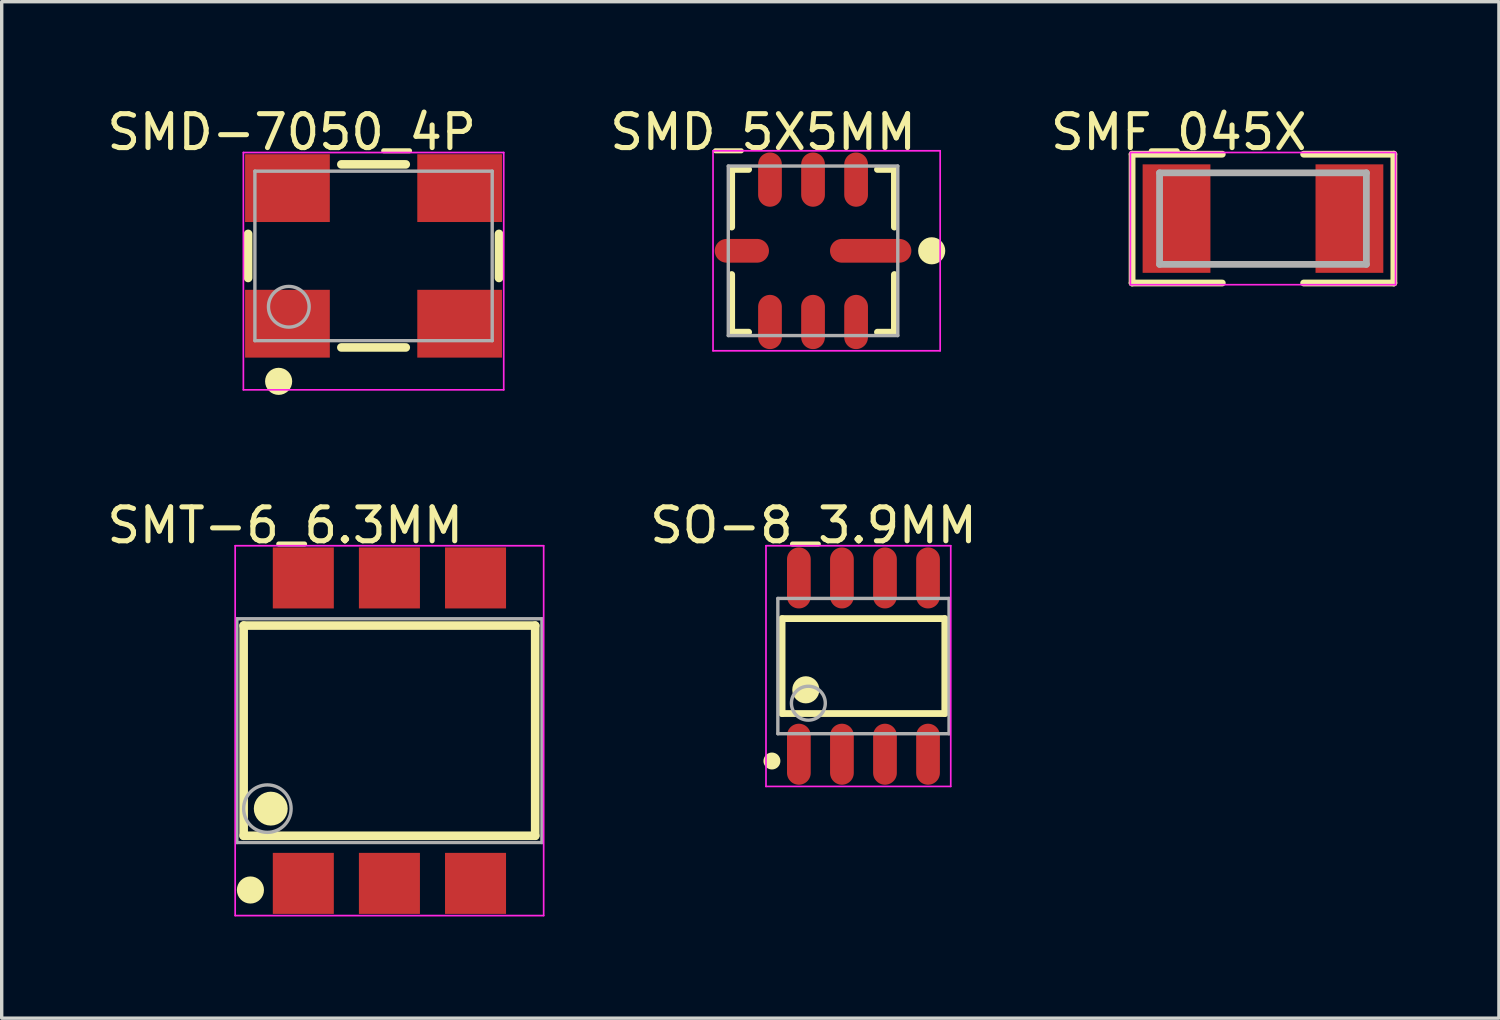
<source format=kicad_pcb>
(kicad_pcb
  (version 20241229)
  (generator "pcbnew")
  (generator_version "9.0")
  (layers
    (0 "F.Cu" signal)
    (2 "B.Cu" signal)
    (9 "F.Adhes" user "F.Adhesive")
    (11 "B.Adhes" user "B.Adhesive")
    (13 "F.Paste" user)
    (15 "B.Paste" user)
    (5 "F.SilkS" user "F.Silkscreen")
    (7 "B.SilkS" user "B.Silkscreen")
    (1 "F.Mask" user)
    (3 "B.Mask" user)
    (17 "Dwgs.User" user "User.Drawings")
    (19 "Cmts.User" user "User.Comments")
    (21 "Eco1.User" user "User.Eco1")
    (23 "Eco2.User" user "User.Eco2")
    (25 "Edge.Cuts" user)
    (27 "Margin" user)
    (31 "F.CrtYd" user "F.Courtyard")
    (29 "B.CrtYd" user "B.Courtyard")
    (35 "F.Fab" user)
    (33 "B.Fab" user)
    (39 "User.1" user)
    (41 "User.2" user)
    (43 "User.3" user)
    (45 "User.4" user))
  (footprint "SMF_045X"
    (layer "F.Cu")
    (at 34.205 3.398)
    (property "Reference" "SMF_045X" (at -2.484 -2.549 0) (layer "F.SilkS") (effects (font (size 1 1) (thickness 0.15))))
    (attr through_hole)
    (fp_line (start -3.861 -1.9) (end -1.2 -1.9) (stroke (width 0.2) (type solid)) (layer "F.SilkS"))
    (fp_line (start -3.861 1.9) (end -3.861 -1.9) (stroke (width 0.2) (type solid)) (layer "F.SilkS"))
    (fp_line (start -3.861 1.9) (end -1.2 1.9) (stroke (width 0.2) (type solid)) (layer "F.SilkS"))
    (fp_line (start 1.2 -1.9) (end 3.861 -1.9) (stroke (width 0.2) (type solid)) (layer "F.SilkS"))
    (fp_line (start 1.2 1.9) (end 3.861 1.9) (stroke (width 0.2) (type solid)) (layer "F.SilkS"))
    (fp_line (start 3.861 1.9) (end 3.861 -1.9) (stroke (width 0.2) (type solid)) (layer "F.SilkS"))
    (fp_line (start -3.911 -1.95) (end 3.911 -1.95) (stroke (width 0.05) (type solid)) (layer "F.CrtYd"))
    (fp_line (start -3.911 1.95) (end -3.911 -1.95) (stroke (width 0.05) (type solid)) (layer "F.CrtYd"))
    (fp_line (start 3.911 -1.95) (end 3.911 1.95) (stroke (width 0.05) (type solid)) (layer "F.CrtYd"))
    (fp_line (start 3.911 1.95) (end -3.911 1.95) (stroke (width 0.05) (type solid)) (layer "F.CrtYd"))
    (fp_line (start -3.05 -1.35) (end 3.05 -1.35) (stroke (width 0.2) (type solid)) (layer "F.Fab"))
    (fp_line (start -3.05 1.35) (end -3.05 -1.35) (stroke (width 0.2) (type solid)) (layer "F.Fab"))
    (fp_line (start -3.05 1.35) (end 3.05 1.35) (stroke (width 0.2) (type solid)) (layer "F.Fab"))
    (fp_line (start 3.05 1.35) (end 3.05 -1.35) (stroke (width 0.2) (type solid)) (layer "F.Fab"))
    (pad "1" smd rect (at -2.55 0) (size 2 3.2) (layers "F.Cu" "F.Mask" "F.Paste"))
    (pad "1" smd rect (at 2.55 0) (size 2 3.2) (layers "F.Cu" "F.Mask" "F.Paste")))
  (footprint "SMD-7050_4P"
    (layer "F.Cu")
    (at 7.969 4.499)
    (property "Reference" "SMD-7050_4P" (at -2.415 -3.651 0) (layer "F.SilkS") (effects (font (size 1 1) (thickness 0.15))))
    (attr through_hole)
    (fp_line (start -3.7 0.65) (end -3.7 -0.65) (stroke (width 0.254) (type solid)) (layer "F.SilkS"))
    (fp_line (start -0.95 -2.7) (end 0.95 -2.7) (stroke (width 0.254) (type solid)) (layer "F.SilkS"))
    (fp_line (start -0.95 2.7) (end 0.95 2.7) (stroke (width 0.254) (type solid)) (layer "F.SilkS"))
    (fp_line (start 3.7 0.65) (end 3.7 -0.65) (stroke (width 0.254) (type solid)) (layer "F.SilkS"))
    (fp_circle (center -2.8 3.7) (end -2.6 3.7) (stroke (width 0.4) (type solid)) (fill no) (layer "F.SilkS"))
    (fp_line (start -3.84 -3.05) (end 3.84 -3.05) (stroke (width 0.05) (type solid)) (layer "F.CrtYd"))
    (fp_line (start -3.84 3.95) (end -3.84 -3.05) (stroke (width 0.05) (type solid)) (layer "F.CrtYd"))
    (fp_line (start 3.84 -3.05) (end 3.84 3.95) (stroke (width 0.05) (type solid)) (layer "F.CrtYd"))
    (fp_line (start 3.84 3.95) (end -3.84 3.95) (stroke (width 0.05) (type solid)) (layer "F.CrtYd"))
    (fp_line (start -3.5 -2.5) (end 3.5 -2.5) (stroke (width 0.1) (type solid)) (layer "F.Fab"))
    (fp_line (start -3.5 2.5) (end -3.5 -2.5) (stroke (width 0.1) (type solid)) (layer "F.Fab"))
    (fp_line (start -3.5 2.5) (end 3.5 2.5) (stroke (width 0.1) (type solid)) (layer "F.Fab"))
    (fp_line (start 3.5 2.5) (end 3.5 -2.5) (stroke (width 0.1) (type solid)) (layer "F.Fab"))
    (fp_circle (center -2.5 1.5) (end -1.9 1.5) (stroke (width 0.1) (type solid)) (fill no) (layer "F.Fab"))
    (pad "1" smd rect (at -2.54 2) (size 2.5 2) (layers "F.Cu" "F.Mask" "F.Paste"))
    (pad "2" smd rect (at 2.54 2) (size 2.5 2) (layers "F.Cu" "F.Mask" "F.Paste"))
    (pad "3" smd rect (at 2.54 -2) (size 2.5 2) (layers "F.Cu" "F.Mask" "F.Paste"))
    (pad "4" smd rect (at -2.54 -2) (size 2.5 2) (layers "F.Cu" "F.Mask" "F.Paste")))
  (footprint "SO-8_3.9MM"
    (layer "F.Cu")
    (at 22.42 16.598)
    (property "Reference" "SO-8_3.9MM" (at -1.474 -4.151 0) (layer "F.SilkS") (effects (font (size 1 1) (thickness 0.15))))
    (attr through_hole)
    (fp_line (start -2.4 -1.4) (end 2.4 -1.4) (stroke (width 0.2) (type solid)) (layer "F.SilkS"))
    (fp_line (start -2.4 1.4) (end -2.4 -1.4) (stroke (width 0.2) (type solid)) (layer "F.SilkS"))
    (fp_line (start -2.4 1.4) (end 2.4 1.4) (stroke (width 0.2) (type solid)) (layer "F.SilkS"))
    (fp_line (start 2.4 1.4) (end 2.4 -1.4) (stroke (width 0.2) (type solid)) (layer "F.SilkS"))
    (fp_circle (center -2.7 2.8) (end -2.575 2.8) (stroke (width 0.25) (type solid)) (fill no) (layer "F.SilkS"))
    (fp_circle (center -1.7 0.7) (end -1.5 0.7) (stroke (width 0.4) (type solid)) (fill no) (layer "F.SilkS"))
    (fp_line (start -2.875 -3.55) (end 2.575 -3.55) (stroke (width 0.05) (type solid)) (layer "F.CrtYd"))
    (fp_line (start -2.875 3.55) (end -2.875 -3.55) (stroke (width 0.05) (type solid)) (layer "F.CrtYd"))
    (fp_line (start 2.575 -3.55) (end 2.575 3.55) (stroke (width 0.05) (type solid)) (layer "F.CrtYd"))
    (fp_line (start 2.575 3.55) (end -2.875 3.55) (stroke (width 0.05) (type solid)) (layer "F.CrtYd"))
    (fp_line (start -2.525 -1.995) (end 2.525 -1.995) (stroke (width 0.1) (type solid)) (layer "F.Fab"))
    (fp_line (start -2.525 1.995) (end -2.525 -1.995) (stroke (width 0.1) (type solid)) (layer "F.Fab"))
    (fp_line (start -2.525 1.995) (end 2.525 1.995) (stroke (width 0.1) (type solid)) (layer "F.Fab"))
    (fp_line (start 2.525 1.995) (end 2.525 -1.995) (stroke (width 0.1) (type solid)) (layer "F.Fab"))
    (fp_circle (center -1.625 1.095) (end -1.125 1.095) (stroke (width 0.1) (type solid)) (fill no) (layer "F.Fab"))
    (pad "1" smd oval (at -1.905 2.6 180) (size 0.7 1.8) (layers "F.Cu" "F.Mask" "F.Paste"))
    (pad "2" smd oval (at -0.635 2.6 180) (size 0.7 1.8) (layers "F.Cu" "F.Mask" "F.Paste"))
    (pad "3" smd oval (at 0.635 2.6 180) (size 0.7 1.8) (layers "F.Cu" "F.Mask" "F.Paste"))
    (pad "4" smd oval (at 1.905 2.6 180) (size 0.7 1.8) (layers "F.Cu" "F.Mask" "F.Paste"))
    (pad "5" smd oval (at 1.905 -2.6 180) (size 0.7 1.8) (layers "F.Cu" "F.Mask" "F.Paste"))
    (pad "6" smd oval (at 0.635 -2.6 180) (size 0.7 1.8) (layers "F.Cu" "F.Mask" "F.Paste"))
    (pad "7" smd oval (at -0.635 -2.6 180) (size 0.7 1.8) (layers "F.Cu" "F.Mask" "F.Paste"))
    (pad "8" smd oval (at -1.905 -2.6 180) (size 0.7 1.8) (layers "F.Cu" "F.Mask" "F.Paste")))
  (footprint "SMT-6_6.3MM"
    (layer "F.Cu")
    (at 8.437 18.503)
    (property "Reference" "SMT-6_6.3MM" (at -3.074 -6.056 0) (layer "F.SilkS") (effects (font (size 1 1) (thickness 0.15))))
    (attr through_hole)
    (fp_line (start -4.3 -3.1) (end 4.3 -3.1) (stroke (width 0.254) (type solid)) (layer "F.SilkS"))
    (fp_line (start -4.3 3.1) (end -4.3 -3.1) (stroke (width 0.254) (type solid)) (layer "F.SilkS"))
    (fp_line (start -4.3 3.1) (end 4.3 3.1) (stroke (width 0.254) (type solid)) (layer "F.SilkS"))
    (fp_line (start 4.3 3.1) (end 4.3 -3.1) (stroke (width 0.254) (type solid)) (layer "F.SilkS"))
    (fp_circle (center -4.1 4.7) (end -3.9 4.7) (stroke (width 0.4) (type solid)) (fill no) (layer "F.SilkS"))
    (fp_circle (center -3.5 2.3) (end -3.25 2.3) (stroke (width 0.5) (type solid)) (fill no) (layer "F.SilkS"))
    (fp_line (start -4.55 -5.455) (end 4.55 -5.455) (stroke (width 0.05) (type solid)) (layer "F.CrtYd"))
    (fp_line (start -4.55 5.455) (end -4.55 -5.455) (stroke (width 0.05) (type solid)) (layer "F.CrtYd"))
    (fp_line (start 4.55 -5.455) (end 4.55 5.455) (stroke (width 0.05) (type solid)) (layer "F.CrtYd"))
    (fp_line (start 4.55 5.455) (end -4.55 5.455) (stroke (width 0.05) (type solid)) (layer "F.CrtYd"))
    (fp_line (start -4.5 -3.3) (end 4.5 -3.3) (stroke (width 0.1) (type solid)) (layer "F.Fab"))
    (fp_line (start -4.5 3.3) (end -4.5 -3.3) (stroke (width 0.1) (type solid)) (layer "F.Fab"))
    (fp_line (start -4.5 3.3) (end 4.5 3.3) (stroke (width 0.1) (type solid)) (layer "F.Fab"))
    (fp_line (start 4.5 3.3) (end 4.5 -3.3) (stroke (width 0.1) (type solid)) (layer "F.Fab"))
    (fp_circle (center -3.6 2.3) (end -2.9 2.3) (stroke (width 0.1) (type solid)) (fill no) (layer "F.Fab"))
    (pad "1" smd rect (at -2.54 4.505) (size 1.8 1.8) (layers "F.Cu" "F.Mask" "F.Paste"))
    (pad "2" smd rect (at 0 4.505) (size 1.8 1.8) (layers "F.Cu" "F.Mask" "F.Paste"))
    (pad "3" smd rect (at 2.54 4.505) (size 1.8 1.8) (layers "F.Cu" "F.Mask" "F.Paste"))
    (pad "4" smd rect (at 2.54 -4.505 180) (size 1.8 1.8) (layers "F.Cu" "F.Mask" "F.Paste"))
    (pad "5" smd rect (at 0 -4.505 180) (size 1.8 1.8) (layers "F.Cu" "F.Mask" "F.Paste"))
    (pad "6" smd rect (at -2.54 -4.505 180) (size 1.8 1.8) (layers "F.Cu" "F.Mask" "F.Paste")))
  (footprint "SMD_5X5MM"
    (layer "F.Cu")
    (at 20.933 4.348)
    (property "Reference" "SMD_5X5MM" (at -1.474 -3.5 0) (layer "F.SilkS") (effects (font (size 1 1) (thickness 0.15))))
    (attr through_hole)
    (fp_line (start -2.4 -2.4) (end -1.9 -2.4) (stroke (width 0.2) (type solid)) (layer "F.SilkS"))
    (fp_line (start -2.4 -0.7) (end -2.4 -2.4) (stroke (width 0.2) (type solid)) (layer "F.SilkS"))
    (fp_line (start -2.4 2.4) (end -2.4 0.7) (stroke (width 0.2) (type solid)) (layer "F.SilkS"))
    (fp_line (start -2.4 2.4) (end -1.9 2.4) (stroke (width 0.2) (type solid)) (layer "F.SilkS"))
    (fp_line (start 1.9 -2.4) (end 2.4 -2.4) (stroke (width 0.2) (type solid)) (layer "F.SilkS"))
    (fp_line (start 1.9 2.4) (end 2.4 2.4) (stroke (width 0.2) (type solid)) (layer "F.SilkS"))
    (fp_line (start 2.4 -0.7) (end 2.4 -2.4) (stroke (width 0.2) (type solid)) (layer "F.SilkS"))
    (fp_line (start 2.4 2.4) (end 2.4 0.7) (stroke (width 0.2) (type solid)) (layer "F.SilkS"))
    (fp_circle (center 3.5 0) (end 3.7 0) (stroke (width 0.4) (type solid)) (fill no) (layer "F.SilkS"))
    (fp_line (start -2.95 -2.95) (end 3.75 -2.95) (stroke (width 0.05) (type solid)) (layer "F.CrtYd"))
    (fp_line (start -2.95 2.95) (end -2.95 -2.95) (stroke (width 0.05) (type solid)) (layer "F.CrtYd"))
    (fp_line (start 3.75 -2.95) (end 3.75 2.95) (stroke (width 0.05) (type solid)) (layer "F.CrtYd"))
    (fp_line (start 3.75 2.95) (end -2.95 2.95) (stroke (width 0.05) (type solid)) (layer "F.CrtYd"))
    (fp_line (start -2.5 -2.5) (end 2.5 -2.5) (stroke (width 0.1) (type solid)) (layer "F.Fab"))
    (fp_line (start -2.5 2.5) (end -2.5 -2.5) (stroke (width 0.1) (type solid)) (layer "F.Fab"))
    (fp_line (start -2.5 2.5) (end 2.5 2.5) (stroke (width 0.1) (type solid)) (layer "F.Fab"))
    (fp_line (start 2.5 2.5) (end 2.5 -2.5) (stroke (width 0.1) (type solid)) (layer "F.Fab"))
    (pad "1" smd oval (at -1.27 2.1 180) (size 0.7 1.6) (layers "F.Cu" "F.Mask" "F.Paste"))
    (pad "2" smd oval (at 0 2.1 180) (size 0.7 1.6) (layers "F.Cu" "F.Mask" "F.Paste"))
    (pad "3" smd oval (at 1.27 2.1 180) (size 0.7 1.6) (layers "F.Cu" "F.Mask" "F.Paste"))
    (pad "4" smd oval (at 1.7 0 90) (size 0.7 2.4) (layers "F.Cu" "F.Mask" "F.Paste"))
    (pad "5" smd oval (at 1.27 -2.1) (size 0.7 1.6) (layers "F.Cu" "F.Mask" "F.Paste"))
    (pad "6" smd oval (at 0 -2.1) (size 0.7 1.6) (layers "F.Cu" "F.Mask" "F.Paste"))
    (pad "7" smd oval (at -1.27 -2.1) (size 0.7 1.6) (layers "F.Cu" "F.Mask" "F.Paste"))
    (pad "8" smd oval (at -2.1 0 90) (size 0.7 1.6) (layers "F.Cu" "F.Mask" "F.Paste")))
  (gr_rect
    (start -3 -3)
    (end 41.165 26.983)
    (stroke (width 0.1) (type default))
    (fill no)
    (layer "Edge.Cuts")))
</source>
